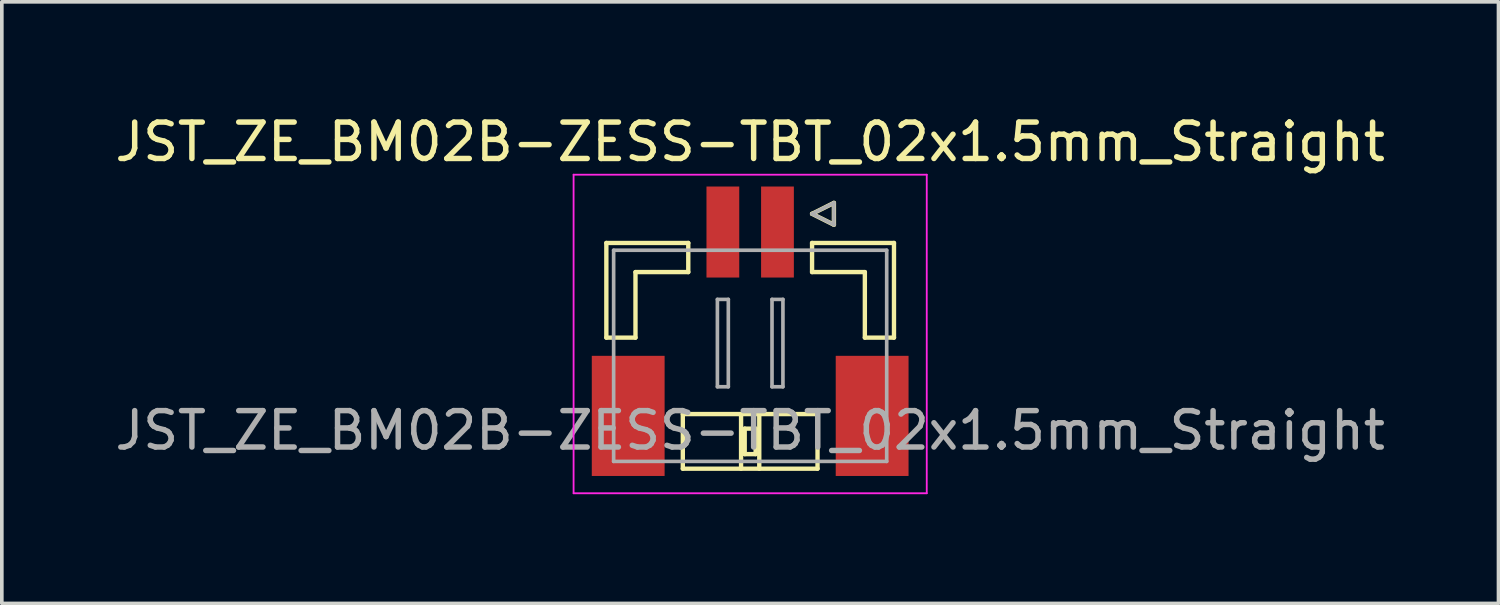
<source format=kicad_pcb>
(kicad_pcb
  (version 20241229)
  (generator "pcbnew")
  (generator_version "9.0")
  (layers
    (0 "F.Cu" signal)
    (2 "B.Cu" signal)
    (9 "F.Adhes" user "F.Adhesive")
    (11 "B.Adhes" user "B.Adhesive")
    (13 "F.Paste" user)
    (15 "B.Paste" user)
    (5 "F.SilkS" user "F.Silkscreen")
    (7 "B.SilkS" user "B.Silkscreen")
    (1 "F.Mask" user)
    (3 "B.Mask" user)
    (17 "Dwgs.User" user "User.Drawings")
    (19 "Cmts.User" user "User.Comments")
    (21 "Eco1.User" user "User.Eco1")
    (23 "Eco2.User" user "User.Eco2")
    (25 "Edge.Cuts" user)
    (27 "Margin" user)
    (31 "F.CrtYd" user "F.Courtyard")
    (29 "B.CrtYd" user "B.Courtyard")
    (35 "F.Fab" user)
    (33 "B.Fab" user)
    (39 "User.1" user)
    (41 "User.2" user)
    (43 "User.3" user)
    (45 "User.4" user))
  (footprint "JST_ZE_BM02B-ZESS-TBT_02x1.5mm_Straight"
    (layer "F.Cu")
    (at 17.554 5.848)
    (property "Reference" "JST_ZE_BM02B-ZESS-TBT_02x1.5mm_Straight" (at 0 -5 0) (layer "F.SilkS") (effects (font (size 1 1) (thickness 0.15))))
    (attr smd)
    (fp_line (start -3.95 -2.225) (end -3.95 0.375) (stroke (width 0.12) (type solid)) (layer "F.SilkS"))
    (fp_line (start -3.95 0.375) (end -3.15 0.375) (stroke (width 0.12) (type solid)) (layer "F.SilkS"))
    (fp_line (start -3.15 -1.425) (end -1.7 -1.425) (stroke (width 0.12) (type solid)) (layer "F.SilkS"))
    (fp_line (start -3.15 0.375) (end -3.15 -1.425) (stroke (width 0.12) (type solid)) (layer "F.SilkS"))
    (fp_line (start -1.85 2.475) (end -1.85 3.975) (stroke (width 0.12) (type solid)) (layer "F.SilkS"))
    (fp_line (start -1.85 3.975) (end 1.85 3.975) (stroke (width 0.12) (type solid)) (layer "F.SilkS"))
    (fp_line (start -1.7 -2.225) (end -3.95 -2.225) (stroke (width 0.12) (type solid)) (layer "F.SilkS"))
    (fp_line (start -1.7 -1.425) (end -1.7 -2.225) (stroke (width 0.12) (type solid)) (layer "F.SilkS"))
    (fp_line (start -0.25 2.475) (end -0.25 3.975) (stroke (width 0.12) (type solid)) (layer "F.SilkS"))
    (fp_line (start -0.15 2.875) (end 0.15 2.875) (stroke (width 0.12) (type solid)) (layer "F.SilkS"))
    (fp_line (start -0.15 3.575) (end -0.15 2.875) (stroke (width 0.12) (type solid)) (layer "F.SilkS"))
    (fp_line (start 0.15 2.875) (end 0.15 3.575) (stroke (width 0.12) (type solid)) (layer "F.SilkS"))
    (fp_line (start 0.15 3.575) (end -0.15 3.575) (stroke (width 0.12) (type solid)) (layer "F.SilkS"))
    (fp_line (start 0.25 2.475) (end 0.25 3.975) (stroke (width 0.12) (type solid)) (layer "F.SilkS"))
    (fp_line (start 1.7 -3.025) (end 2.3 -3.325) (stroke (width 0.12) (type solid)) (layer "F.SilkS"))
    (fp_line (start 1.7 -2.225) (end 3.95 -2.225) (stroke (width 0.12) (type solid)) (layer "F.SilkS"))
    (fp_line (start 1.7 -1.425) (end 1.7 -2.225) (stroke (width 0.12) (type solid)) (layer "F.SilkS"))
    (fp_line (start 1.85 2.475) (end -1.85 2.475) (stroke (width 0.12) (type solid)) (layer "F.SilkS"))
    (fp_line (start 1.85 3.975) (end 1.85 2.475) (stroke (width 0.12) (type solid)) (layer "F.SilkS"))
    (fp_line (start 2.3 -3.325) (end 2.3 -2.725) (stroke (width 0.12) (type solid)) (layer "F.SilkS"))
    (fp_line (start 2.3 -2.725) (end 1.7 -3.025) (stroke (width 0.12) (type solid)) (layer "F.SilkS"))
    (fp_line (start 3.15 -1.425) (end 1.7 -1.425) (stroke (width 0.12) (type solid)) (layer "F.SilkS"))
    (fp_line (start 3.15 0.375) (end 3.15 -1.425) (stroke (width 0.12) (type solid)) (layer "F.SilkS"))
    (fp_line (start 3.95 -2.225) (end 3.95 0.375) (stroke (width 0.12) (type solid)) (layer "F.SilkS"))
    (fp_line (start 3.95 0.375) (end 3.15 0.375) (stroke (width 0.12) (type solid)) (layer "F.SilkS"))
    (fp_line (start -4.85 -4.1) (end -4.85 4.65) (stroke (width 0.05) (type solid)) (layer "F.CrtYd"))
    (fp_line (start -4.85 4.65) (end 4.85 4.65) (stroke (width 0.05) (type solid)) (layer "F.CrtYd"))
    (fp_line (start 4.85 -4.1) (end -4.85 -4.1) (stroke (width 0.05) (type solid)) (layer "F.CrtYd"))
    (fp_line (start 4.85 4.65) (end 4.85 -4.1) (stroke (width 0.05) (type solid)) (layer "F.CrtYd"))
    (fp_line (start -3.75 -2.025) (end -3.75 3.775) (stroke (width 0.1) (type solid)) (layer "F.Fab"))
    (fp_line (start -3.75 3.775) (end 3.75 3.775) (stroke (width 0.1) (type solid)) (layer "F.Fab"))
    (fp_line (start -0.9 -0.675) (end -0.9 1.725) (stroke (width 0.1) (type solid)) (layer "F.Fab"))
    (fp_line (start -0.9 1.725) (end -0.6 1.725) (stroke (width 0.1) (type solid)) (layer "F.Fab"))
    (fp_line (start -0.6 -0.675) (end -0.9 -0.675) (stroke (width 0.1) (type solid)) (layer "F.Fab"))
    (fp_line (start -0.6 1.725) (end -0.6 -0.675) (stroke (width 0.1) (type solid)) (layer "F.Fab"))
    (fp_line (start 0.6 -0.675) (end 0.6 1.725) (stroke (width 0.1) (type solid)) (layer "F.Fab"))
    (fp_line (start 0.6 1.725) (end 0.9 1.725) (stroke (width 0.1) (type solid)) (layer "F.Fab"))
    (fp_line (start 0.9 -0.675) (end 0.6 -0.675) (stroke (width 0.1) (type solid)) (layer "F.Fab"))
    (fp_line (start 0.9 1.725) (end 0.9 -0.675) (stroke (width 0.1) (type solid)) (layer "F.Fab"))
    (fp_line (start 1.7 -3.025) (end 2.3 -3.325) (stroke (width 0.1) (type solid)) (layer "F.Fab"))
    (fp_line (start 2.3 -3.325) (end 2.3 -2.725) (stroke (width 0.1) (type solid)) (layer "F.Fab"))
    (fp_line (start 2.3 -2.725) (end 1.7 -3.025) (stroke (width 0.1) (type solid)) (layer "F.Fab"))
    (fp_line (start 3.75 -2.025) (end -3.75 -2.025) (stroke (width 0.1) (type solid)) (layer "F.Fab"))
    (fp_line (start 3.75 3.775) (end 3.75 -2.025) (stroke (width 0.1) (type solid)) (layer "F.Fab"))
    (fp_text user "${REFERENCE}" (at 0 2.925 0) (layer "F.Fab") (effects (font (size 1 1) (thickness 0.15))))
    (pad "" smd rect (at -3.35 2.525) (size 2 3.3) (layers "F.Cu" "F.Mask" "F.Paste"))
    (pad "" smd rect (at 3.35 2.525) (size 2 3.3) (layers "F.Cu" "F.Mask" "F.Paste"))
    (pad "1" smd rect (at 0.75 -2.525) (size 0.9 2.5) (layers "F.Cu" "F.Mask" "F.Paste"))
    (pad "2" smd rect (at -0.75 -2.525) (size 0.9 2.5) (layers "F.Cu" "F.Mask" "F.Paste")))
  (gr_rect
    (start -3 -3)
    (end 38.107 13.523)
    (stroke (width 0.1) (type default))
    (fill no)
    (layer "Edge.Cuts")))
</source>
